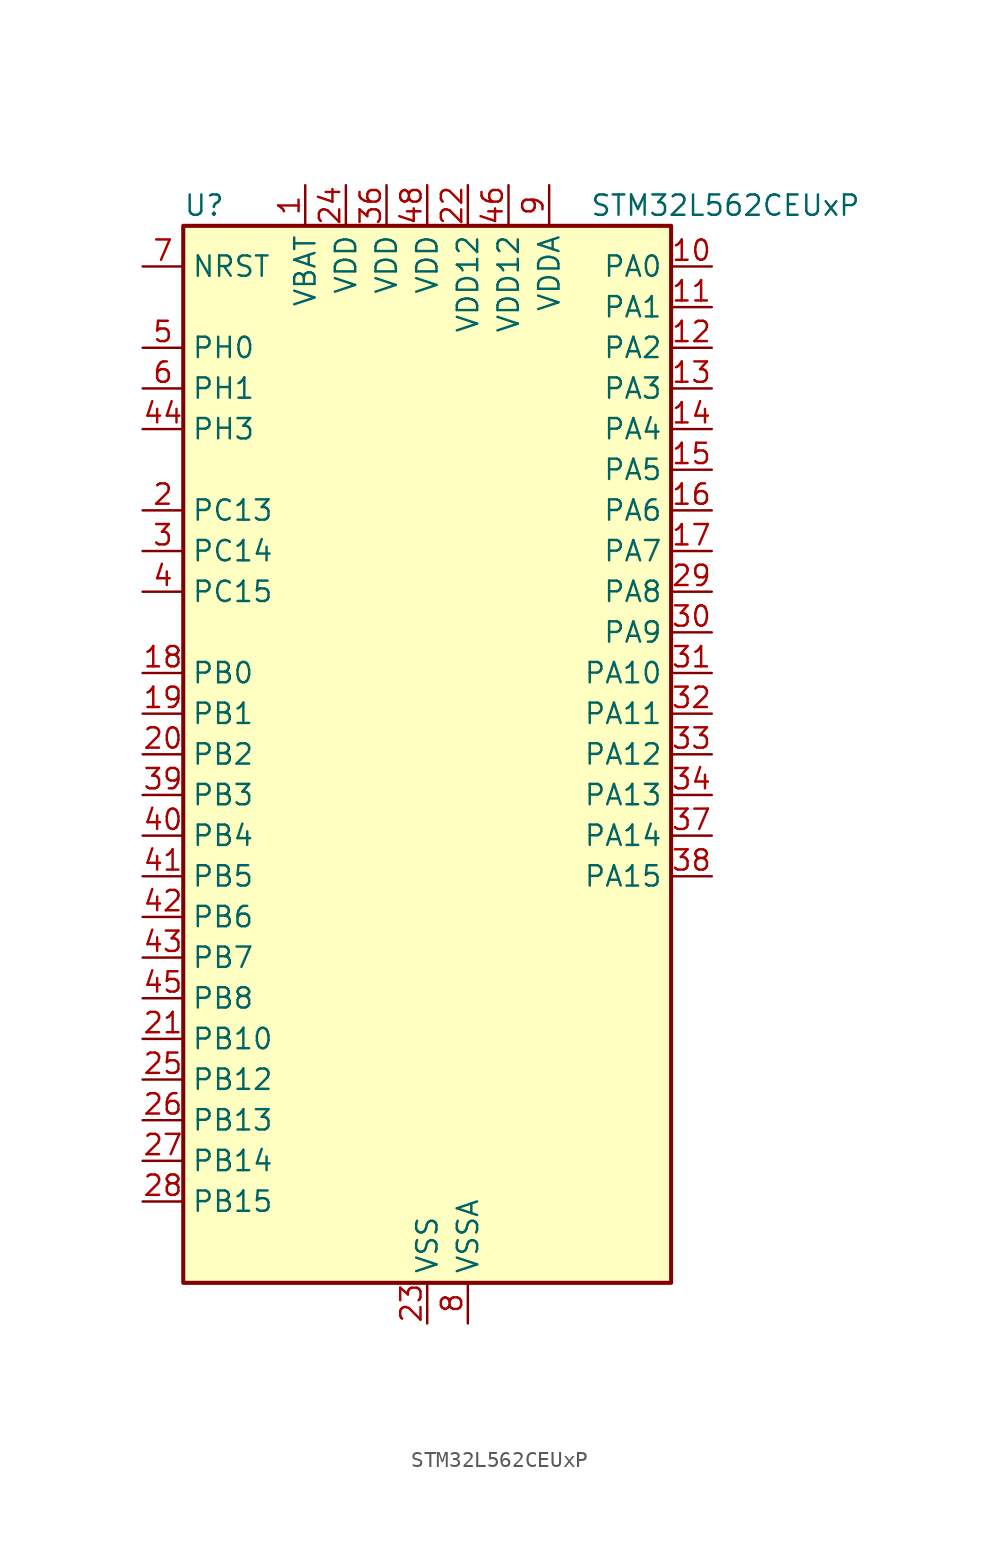
<source format=kicad_sym>
(kicad_symbol_lib
  (version 20231120)
  (generator "kicad-library-utils")
  (generator_version "8.0")
  (symbol "STM32L562CEUxP"
    (property "Reference" "U"
      (at -15.24 34.29 0)
      (effects (font (size 1.27 1.27)) (justify left)))
    (property "Value" "STM32L562CEUxP"
      (at 10.16 34.29 0)
      (effects (font (size 1.27 1.27)) (justify left)))
    (property "ki_locked" ""
      (at 0 0 0)
      (effects (font (size 1.27 1.27))))
    (symbol "STM32L562CEUxP_0_1"
      (rectangle (start -15.24 -33.02) (end 15.24 33.02) (stroke (width 0.254) (type default)) (fill (type background))))
    (symbol "STM32L562CEUxP_1_1"
      (pin power_in line (at -7.62 35.56 270) (length 2.54) (name "VBAT" (effects (font (size 1.27 1.27)))) (number "1" (effects (font (size 1.27 1.27)))))
      (pin bidirectional line (at 17.78 30.48 180) (length 2.54) (name "PA0" (effects (font (size 1.27 1.27)))) (number "10" (effects (font (size 1.27 1.27)))) (alternate "ADC1_IN5" bidirectional line) (alternate "ADC2_IN5" bidirectional line) (alternate "OPAMP1_VINP" bidirectional line) (alternate "PWR_WKUP1" bidirectional line) (alternate "SAI1_EXTCLK" bidirectional line) (alternate "TAMP_IN2" bidirectional line) (alternate "TAMP_OUT1" bidirectional line) (alternate "TIM2_CH1" bidirectional line) (alternate "TIM2_ETR" bidirectional line) (alternate "TIM5_CH1" bidirectional line) (alternate "TIM8_ETR" bidirectional line) (alternate "UART4_TX" bidirectional line) (alternate "USART2_CTS" bidirectional line) (alternate "USART2_NSS" bidirectional line))
      (pin bidirectional line (at 17.78 27.94 180) (length 2.54) (name "PA1" (effects (font (size 1.27 1.27)))) (number "11" (effects (font (size 1.27 1.27)))) (alternate "ADC1_IN6" bidirectional line) (alternate "ADC2_IN6" bidirectional line) (alternate "I2C1_SMBA" bidirectional line) (alternate "OCTOSPI1_DQS" bidirectional line) (alternate "OPAMP1_VINM" bidirectional line) (alternate "SPI1_SCK" bidirectional line) (alternate "TAMP_IN5" bidirectional line) (alternate "TAMP_OUT4" bidirectional line) (alternate "TIM15_CH1N" bidirectional line) (alternate "TIM2_CH2" bidirectional line) (alternate "TIM5_CH2" bidirectional line) (alternate "UART4_RX" bidirectional line) (alternate "USART2_DE" bidirectional line) (alternate "USART2_RTS" bidirectional line))
      (pin bidirectional line (at 17.78 25.4 180) (length 2.54) (name "PA2" (effects (font (size 1.27 1.27)))) (number "12" (effects (font (size 1.27 1.27)))) (alternate "ADC1_IN7" bidirectional line) (alternate "ADC2_IN7" bidirectional line) (alternate "COMP1_INP" bidirectional line) (alternate "LPUART1_TX" bidirectional line) (alternate "OCTOSPI1_NCS" bidirectional line) (alternate "PWR_WKUP4" bidirectional line) (alternate "RCC_LSCO" bidirectional line) (alternate "SAI2_EXTCLK" bidirectional line) (alternate "TIM15_CH1" bidirectional line) (alternate "TIM2_CH3" bidirectional line) (alternate "TIM5_CH3" bidirectional line) (alternate "UCPD1_FRSTX1" bidirectional line) (alternate "USART2_TX" bidirectional line))
      (pin bidirectional line (at 17.78 22.86 180) (length 2.54) (name "PA3" (effects (font (size 1.27 1.27)))) (number "13" (effects (font (size 1.27 1.27)))) (alternate "ADC1_IN8" bidirectional line) (alternate "ADC2_IN8" bidirectional line) (alternate "LPUART1_RX" bidirectional line) (alternate "OCTOSPI1_CLK" bidirectional line) (alternate "OPAMP1_VOUT" bidirectional line) (alternate "SAI1_CK1" bidirectional line) (alternate "SAI1_MCLK_A" bidirectional line) (alternate "TIM15_CH2" bidirectional line) (alternate "TIM2_CH4" bidirectional line) (alternate "TIM5_CH4" bidirectional line) (alternate "USART2_RX" bidirectional line))
      (pin bidirectional line (at 17.78 20.32 180) (length 2.54) (name "PA4" (effects (font (size 1.27 1.27)))) (number "14" (effects (font (size 1.27 1.27)))) (alternate "ADC1_IN9" bidirectional line) (alternate "ADC2_IN9" bidirectional line) (alternate "DAC1_OUT1" bidirectional line) (alternate "LPTIM2_OUT" bidirectional line) (alternate "OCTOSPI1_NCS" bidirectional line) (alternate "SAI1_FS_B" bidirectional line) (alternate "SPI1_NSS" bidirectional line) (alternate "SPI3_NSS" bidirectional line) (alternate "USART2_CK" bidirectional line))
      (pin bidirectional line (at 17.78 17.78 180) (length 2.54) (name "PA5" (effects (font (size 1.27 1.27)))) (number "15" (effects (font (size 1.27 1.27)))) (alternate "ADC1_IN10" bidirectional line) (alternate "ADC2_IN10" bidirectional line) (alternate "DAC1_OUT2" bidirectional line) (alternate "LPTIM2_ETR" bidirectional line) (alternate "SPI1_SCK" bidirectional line) (alternate "TIM2_CH1" bidirectional line) (alternate "TIM2_ETR" bidirectional line) (alternate "TIM8_CH1N" bidirectional line))
      (pin bidirectional line (at 17.78 15.24 180) (length 2.54) (name "PA6" (effects (font (size 1.27 1.27)))) (number "16" (effects (font (size 1.27 1.27)))) (alternate "ADC1_IN11" bidirectional line) (alternate "ADC2_IN11" bidirectional line) (alternate "LPUART1_CTS" bidirectional line) (alternate "OCTOSPI1_IO3" bidirectional line) (alternate "OPAMP2_VINP" bidirectional line) (alternate "SPI1_MISO" bidirectional line) (alternate "TIM16_CH1" bidirectional line) (alternate "TIM1_BKIN" bidirectional line) (alternate "TIM3_CH1" bidirectional line) (alternate "TIM8_BKIN" bidirectional line) (alternate "USART3_CTS" bidirectional line) (alternate "USART3_NSS" bidirectional line))
      (pin bidirectional line (at 17.78 12.7 180) (length 2.54) (name "PA7" (effects (font (size 1.27 1.27)))) (number "17" (effects (font (size 1.27 1.27)))) (alternate "ADC1_IN12" bidirectional line) (alternate "ADC2_IN12" bidirectional line) (alternate "I2C3_SCL" bidirectional line) (alternate "OCTOSPI1_IO2" bidirectional line) (alternate "OPAMP2_VINM" bidirectional line) (alternate "SPI1_MOSI" bidirectional line) (alternate "TIM17_CH1" bidirectional line) (alternate "TIM1_CH1N" bidirectional line) (alternate "TIM3_CH2" bidirectional line) (alternate "TIM8_CH1N" bidirectional line))
      (pin bidirectional line (at -17.78 5.08 0) (length 2.54) (name "PB0" (effects (font (size 1.27 1.27)))) (number "18" (effects (font (size 1.27 1.27)))) (alternate "ADC1_IN15" bidirectional line) (alternate "ADC2_IN15" bidirectional line) (alternate "COMP1_OUT" bidirectional line) (alternate "OCTOSPI1_IO1" bidirectional line) (alternate "OPAMP2_VOUT" bidirectional line) (alternate "SAI1_EXTCLK" bidirectional line) (alternate "SPI1_NSS" bidirectional line) (alternate "TIM1_CH2N" bidirectional line) (alternate "TIM3_CH3" bidirectional line) (alternate "TIM8_CH2N" bidirectional line) (alternate "USART3_CK" bidirectional line))
      (pin bidirectional line (at -17.78 2.54 0) (length 2.54) (name "PB1" (effects (font (size 1.27 1.27)))) (number "19" (effects (font (size 1.27 1.27)))) (alternate "ADC1_IN16" bidirectional line) (alternate "ADC2_IN16" bidirectional line) (alternate "COMP1_INM" bidirectional line) (alternate "DFSDM1_DATIN0" bidirectional line) (alternate "LPTIM2_IN1" bidirectional line) (alternate "LPUART1_DE" bidirectional line) (alternate "LPUART1_RTS" bidirectional line) (alternate "OCTOSPI1_IO0" bidirectional line) (alternate "TIM1_CH3N" bidirectional line) (alternate "TIM3_CH4" bidirectional line) (alternate "TIM8_CH3N" bidirectional line) (alternate "USART3_DE" bidirectional line) (alternate "USART3_RTS" bidirectional line))
      (pin bidirectional line (at -17.78 15.24 0) (length 2.54) (name "PC13" (effects (font (size 1.27 1.27)))) (number "2" (effects (font (size 1.27 1.27)))) (alternate "PWR_WKUP2" bidirectional line) (alternate "RTC_OUT1" bidirectional line) (alternate "RTC_TS" bidirectional line) (alternate "TAMP_IN1" bidirectional line) (alternate "TAMP_OUT2" bidirectional line))
      (pin bidirectional line (at -17.78 0 0) (length 2.54) (name "PB2" (effects (font (size 1.27 1.27)))) (number "20" (effects (font (size 1.27 1.27)))) (alternate "COMP1_INP" bidirectional line) (alternate "DFSDM1_CKIN0" bidirectional line) (alternate "I2C3_SMBA" bidirectional line) (alternate "LPTIM1_OUT" bidirectional line) (alternate "OCTOSPI1_DQS" bidirectional line) (alternate "RTC_OUT2" bidirectional line) (alternate "UCPD1_FRSTX1" bidirectional line))
      (pin bidirectional line (at -17.78 -17.78 0) (length 2.54) (name "PB10" (effects (font (size 1.27 1.27)))) (number "21" (effects (font (size 1.27 1.27)))) (alternate "COMP1_OUT" bidirectional line) (alternate "I2C2_SCL" bidirectional line) (alternate "I2C4_SCL" bidirectional line) (alternate "LPTIM3_OUT" bidirectional line) (alternate "LPUART1_RX" bidirectional line) (alternate "OCTOSPI1_CLK" bidirectional line) (alternate "SAI1_SCK_A" bidirectional line) (alternate "SPI2_SCK" bidirectional line) (alternate "TIM2_CH3" bidirectional line) (alternate "TSC_SYNC" bidirectional line) (alternate "USART3_TX" bidirectional line))
      (pin power_in line (at 2.54 35.56 270) (length 2.54) (name "VDD12" (effects (font (size 1.27 1.27)))) (number "22" (effects (font (size 1.27 1.27)))))
      (pin power_in line (at 0 -35.56 90) (length 2.54) (name "VSS" (effects (font (size 1.27 1.27)))) (number "23" (effects (font (size 1.27 1.27)))))
      (pin power_in line (at -5.08 35.56 270) (length 2.54) (name "VDD" (effects (font (size 1.27 1.27)))) (number "24" (effects (font (size 1.27 1.27)))))
      (pin bidirectional line (at -17.78 -20.32 0) (length 2.54) (name "PB12" (effects (font (size 1.27 1.27)))) (number "25" (effects (font (size 1.27 1.27)))) (alternate "DFSDM1_DATIN1" bidirectional line) (alternate "I2C2_SMBA" bidirectional line) (alternate "LPUART1_DE" bidirectional line) (alternate "LPUART1_RTS" bidirectional line) (alternate "OCTOSPI1_NCLK" bidirectional line) (alternate "SAI2_FS_A" bidirectional line) (alternate "SPI2_NSS" bidirectional line) (alternate "TIM15_BKIN" bidirectional line) (alternate "TIM1_BKIN" bidirectional line) (alternate "TSC_G1_IO1" bidirectional line) (alternate "USART3_CK" bidirectional line))
      (pin bidirectional line (at -17.78 -22.86 0) (length 2.54) (name "PB13" (effects (font (size 1.27 1.27)))) (number "26" (effects (font (size 1.27 1.27)))) (alternate "DFSDM1_CKIN1" bidirectional line) (alternate "I2C2_SCL" bidirectional line) (alternate "LPTIM3_IN1" bidirectional line) (alternate "LPUART1_CTS" bidirectional line) (alternate "SAI2_SCK_A" bidirectional line) (alternate "SPI2_SCK" bidirectional line) (alternate "TIM15_CH1N" bidirectional line) (alternate "TIM1_CH1N" bidirectional line) (alternate "TSC_G1_IO2" bidirectional line) (alternate "UCPD1_FRSTX2" bidirectional line) (alternate "USART3_CTS" bidirectional line) (alternate "USART3_NSS" bidirectional line))
      (pin bidirectional line (at -17.78 -25.4 0) (length 2.54) (name "PB14" (effects (font (size 1.27 1.27)))) (number "27" (effects (font (size 1.27 1.27)))) (alternate "DFSDM1_DATIN2" bidirectional line) (alternate "I2C2_SDA" bidirectional line) (alternate "LPTIM3_ETR" bidirectional line) (alternate "SAI2_MCLK_A" bidirectional line) (alternate "SPI2_MISO" bidirectional line) (alternate "TIM15_CH1" bidirectional line) (alternate "TIM1_CH2N" bidirectional line) (alternate "TIM8_CH2N" bidirectional line) (alternate "TSC_G1_IO3" bidirectional line) (alternate "UCPD1_DBCC2" bidirectional line) (alternate "USART3_DE" bidirectional line) (alternate "USART3_RTS" bidirectional line))
      (pin bidirectional line (at -17.78 -27.94 0) (length 2.54) (name "PB15" (effects (font (size 1.27 1.27)))) (number "28" (effects (font (size 1.27 1.27)))) (alternate "ADC1_EXTI15" bidirectional line) (alternate "ADC2_EXTI15" bidirectional line) (alternate "DFSDM1_CKIN2" bidirectional line) (alternate "RTC_REFIN" bidirectional line) (alternate "SAI2_SD_A" bidirectional line) (alternate "SPI2_MOSI" bidirectional line) (alternate "TIM15_CH2" bidirectional line) (alternate "TIM1_CH3N" bidirectional line) (alternate "TIM8_CH3N" bidirectional line) (alternate "UCPD1_CC2" bidirectional line))
      (pin bidirectional line (at 17.78 10.16 180) (length 2.54) (name "PA8" (effects (font (size 1.27 1.27)))) (number "29" (effects (font (size 1.27 1.27)))) (alternate "LPTIM2_OUT" bidirectional line) (alternate "RCC_MCO" bidirectional line) (alternate "SAI1_CK2" bidirectional line) (alternate "SAI1_SCK_A" bidirectional line) (alternate "TIM1_CH1" bidirectional line) (alternate "USART1_CK" bidirectional line))
      (pin bidirectional line (at -17.78 12.7 0) (length 2.54) (name "PC14" (effects (font (size 1.27 1.27)))) (number "3" (effects (font (size 1.27 1.27)))) (alternate "RCC_OSC32_IN" bidirectional line))
      (pin bidirectional line (at 17.78 7.62 180) (length 2.54) (name "PA9" (effects (font (size 1.27 1.27)))) (number "30" (effects (font (size 1.27 1.27)))) (alternate "DAC1_EXTI9" bidirectional line) (alternate "SAI1_FS_A" bidirectional line) (alternate "SPI2_SCK" bidirectional line) (alternate "TIM15_BKIN" bidirectional line) (alternate "TIM1_CH2" bidirectional line) (alternate "USART1_TX" bidirectional line))
      (pin bidirectional line (at 17.78 5.08 180) (length 2.54) (name "PA10" (effects (font (size 1.27 1.27)))) (number "31" (effects (font (size 1.27 1.27)))) (alternate "CRS_SYNC" bidirectional line) (alternate "SAI1_D1" bidirectional line) (alternate "SAI1_SD_A" bidirectional line) (alternate "TIM17_BKIN" bidirectional line) (alternate "TIM1_CH3" bidirectional line) (alternate "USART1_RX" bidirectional line))
      (pin bidirectional line (at 17.78 2.54 180) (length 2.54) (name "PA11" (effects (font (size 1.27 1.27)))) (number "32" (effects (font (size 1.27 1.27)))) (alternate "ADC1_EXTI11" bidirectional line) (alternate "ADC2_EXTI11" bidirectional line) (alternate "FDCAN1_RX" bidirectional line) (alternate "SPI1_MISO" bidirectional line) (alternate "TIM1_BKIN2" bidirectional line) (alternate "TIM1_CH4" bidirectional line) (alternate "USART1_CTS" bidirectional line) (alternate "USART1_NSS" bidirectional line) (alternate "USB_DM" bidirectional line))
      (pin bidirectional line (at 17.78 0 180) (length 2.54) (name "PA12" (effects (font (size 1.27 1.27)))) (number "33" (effects (font (size 1.27 1.27)))) (alternate "FDCAN1_TX" bidirectional line) (alternate "SPI1_MOSI" bidirectional line) (alternate "TIM1_ETR" bidirectional line) (alternate "USART1_DE" bidirectional line) (alternate "USART1_RTS" bidirectional line) (alternate "USB_DP" bidirectional line))
      (pin bidirectional line (at 17.78 -2.54 180) (length 2.54) (name "PA13" (effects (font (size 1.27 1.27)))) (number "34" (effects (font (size 1.27 1.27)))) (alternate "DEBUG_JTMS-SWDIO" bidirectional line) (alternate "IR_OUT" bidirectional line) (alternate "SAI1_SD_B" bidirectional line) (alternate "USB_NOE" bidirectional line))
      (pin passive line (at 0 -35.56 90) (length 2.54) hide (name "VSS" (effects (font (size 1.27 1.27)))) (number "35" (effects (font (size 1.27 1.27)))))
      (pin power_in line (at -2.54 35.56 270) (length 2.54) (name "VDD" (effects (font (size 1.27 1.27)))) (number "36" (effects (font (size 1.27 1.27)))))
      (pin bidirectional line (at 17.78 -5.08 180) (length 2.54) (name "PA14" (effects (font (size 1.27 1.27)))) (number "37" (effects (font (size 1.27 1.27)))) (alternate "DEBUG_JTCK-SWCLK" bidirectional line) (alternate "I2C1_SMBA" bidirectional line) (alternate "I2C4_SMBA" bidirectional line) (alternate "LPTIM1_OUT" bidirectional line) (alternate "SAI1_FS_B" bidirectional line))
      (pin bidirectional line (at 17.78 -7.62 180) (length 2.54) (name "PA15" (effects (font (size 1.27 1.27)))) (number "38" (effects (font (size 1.27 1.27)))) (alternate "ADC1_EXTI15" bidirectional line) (alternate "ADC2_EXTI15" bidirectional line) (alternate "DEBUG_JTDI" bidirectional line) (alternate "SAI2_FS_B" bidirectional line) (alternate "SPI1_NSS" bidirectional line) (alternate "SPI3_NSS" bidirectional line) (alternate "TIM2_CH1" bidirectional line) (alternate "TIM2_ETR" bidirectional line) (alternate "UART4_DE" bidirectional line) (alternate "UART4_RTS" bidirectional line) (alternate "UCPD1_CC1" bidirectional line) (alternate "USART2_RX" bidirectional line) (alternate "USART3_DE" bidirectional line) (alternate "USART3_RTS" bidirectional line))
      (pin bidirectional line (at -17.78 -2.54 0) (length 2.54) (name "PB3" (effects (font (size 1.27 1.27)))) (number "39" (effects (font (size 1.27 1.27)))) (alternate "COMP2_INM" bidirectional line) (alternate "CRS_SYNC" bidirectional line) (alternate "DEBUG_JTDO-SWO" bidirectional line) (alternate "SAI1_SCK_B" bidirectional line) (alternate "SPI1_SCK" bidirectional line) (alternate "SPI3_SCK" bidirectional line) (alternate "TIM2_CH2" bidirectional line) (alternate "USART1_DE" bidirectional line) (alternate "USART1_RTS" bidirectional line))
      (pin bidirectional line (at -17.78 10.16 0) (length 2.54) (name "PC15" (effects (font (size 1.27 1.27)))) (number "4" (effects (font (size 1.27 1.27)))) (alternate "ADC1_EXTI15" bidirectional line) (alternate "ADC2_EXTI15" bidirectional line) (alternate "RCC_OSC32_OUT" bidirectional line))
      (pin bidirectional line (at -17.78 -5.08 0) (length 2.54) (name "PB4" (effects (font (size 1.27 1.27)))) (number "40" (effects (font (size 1.27 1.27)))) (alternate "COMP2_INP" bidirectional line) (alternate "DEBUG_JTRST" bidirectional line) (alternate "I2C3_SDA" bidirectional line) (alternate "SAI1_MCLK_B" bidirectional line) (alternate "SPI1_MISO" bidirectional line) (alternate "SPI3_MISO" bidirectional line) (alternate "TIM17_BKIN" bidirectional line) (alternate "TIM3_CH1" bidirectional line) (alternate "TSC_G2_IO1" bidirectional line) (alternate "USART1_CTS" bidirectional line) (alternate "USART1_NSS" bidirectional line))
      (pin bidirectional line (at -17.78 -7.62 0) (length 2.54) (name "PB5" (effects (font (size 1.27 1.27)))) (number "41" (effects (font (size 1.27 1.27)))) (alternate "COMP2_OUT" bidirectional line) (alternate "I2C1_SMBA" bidirectional line) (alternate "LPTIM1_IN1" bidirectional line) (alternate "OCTOSPI1_NCLK" bidirectional line) (alternate "SAI1_SD_B" bidirectional line) (alternate "SPI1_MOSI" bidirectional line) (alternate "SPI3_MOSI" bidirectional line) (alternate "TIM16_BKIN" bidirectional line) (alternate "TIM3_CH2" bidirectional line) (alternate "TSC_G2_IO2" bidirectional line) (alternate "UCPD1_DBCC1" bidirectional line) (alternate "USART1_CK" bidirectional line))
      (pin bidirectional line (at -17.78 -10.16 0) (length 2.54) (name "PB6" (effects (font (size 1.27 1.27)))) (number "42" (effects (font (size 1.27 1.27)))) (alternate "COMP2_INP" bidirectional line) (alternate "I2C1_SCL" bidirectional line) (alternate "I2C4_SCL" bidirectional line) (alternate "LPTIM1_ETR" bidirectional line) (alternate "SAI1_FS_B" bidirectional line) (alternate "TIM16_CH1N" bidirectional line) (alternate "TIM4_CH1" bidirectional line) (alternate "TIM8_BKIN2" bidirectional line) (alternate "TSC_G2_IO3" bidirectional line) (alternate "USART1_TX" bidirectional line))
      (pin bidirectional line (at -17.78 -12.7 0) (length 2.54) (name "PB7" (effects (font (size 1.27 1.27)))) (number "43" (effects (font (size 1.27 1.27)))) (alternate "COMP2_INM" bidirectional line) (alternate "I2C1_SDA" bidirectional line) (alternate "I2C4_SDA" bidirectional line) (alternate "LPTIM1_IN2" bidirectional line) (alternate "PWR_PVD_IN" bidirectional line) (alternate "TIM17_CH1N" bidirectional line) (alternate "TIM4_CH2" bidirectional line) (alternate "TIM8_BKIN" bidirectional line) (alternate "TSC_G2_IO4" bidirectional line) (alternate "UART4_CTS" bidirectional line) (alternate "USART1_RX" bidirectional line))
      (pin bidirectional line (at -17.78 20.32 0) (length 2.54) (name "PH3" (effects (font (size 1.27 1.27)))) (number "44" (effects (font (size 1.27 1.27)))))
      (pin bidirectional line (at -17.78 -15.24 0) (length 2.54) (name "PB8" (effects (font (size 1.27 1.27)))) (number "45" (effects (font (size 1.27 1.27)))) (alternate "DFSDM1_CKOUT" bidirectional line) (alternate "FDCAN1_RX" bidirectional line) (alternate "I2C1_SCL" bidirectional line) (alternate "SAI1_CK1" bidirectional line) (alternate "SAI1_MCLK_A" bidirectional line) (alternate "TIM16_CH1" bidirectional line) (alternate "TIM4_CH3" bidirectional line))
      (pin power_in line (at 5.08 35.56 270) (length 2.54) (name "VDD12" (effects (font (size 1.27 1.27)))) (number "46" (effects (font (size 1.27 1.27)))))
      (pin passive line (at 0 -35.56 90) (length 2.54) hide (name "VSS" (effects (font (size 1.27 1.27)))) (number "47" (effects (font (size 1.27 1.27)))))
      (pin power_in line (at 0 35.56 270) (length 2.54) (name "VDD" (effects (font (size 1.27 1.27)))) (number "48" (effects (font (size 1.27 1.27)))))
      (pin passive line (at 0 -35.56 90) (length 2.54) hide (name "VSS" (effects (font (size 1.27 1.27)))) (number "49" (effects (font (size 1.27 1.27)))))
      (pin bidirectional line (at -17.78 25.4 0) (length 2.54) (name "PH0" (effects (font (size 1.27 1.27)))) (number "5" (effects (font (size 1.27 1.27)))) (alternate "RCC_OSC_IN" bidirectional line))
      (pin bidirectional line (at -17.78 22.86 0) (length 2.54) (name "PH1" (effects (font (size 1.27 1.27)))) (number "6" (effects (font (size 1.27 1.27)))) (alternate "RCC_OSC_OUT" bidirectional line))
      (pin input line (at -17.78 30.48 0) (length 2.54) (name "NRST" (effects (font (size 1.27 1.27)))) (number "7" (effects (font (size 1.27 1.27)))))
      (pin power_in line (at 2.54 -35.56 90) (length 2.54) (name "VSSA" (effects (font (size 1.27 1.27)))) (number "8" (effects (font (size 1.27 1.27)))))
      (pin power_in line (at 7.62 35.56 270) (length 2.54) (name "VDDA" (effects (font (size 1.27 1.27)))) (number "9" (effects (font (size 1.27 1.27))))))))
</source>
